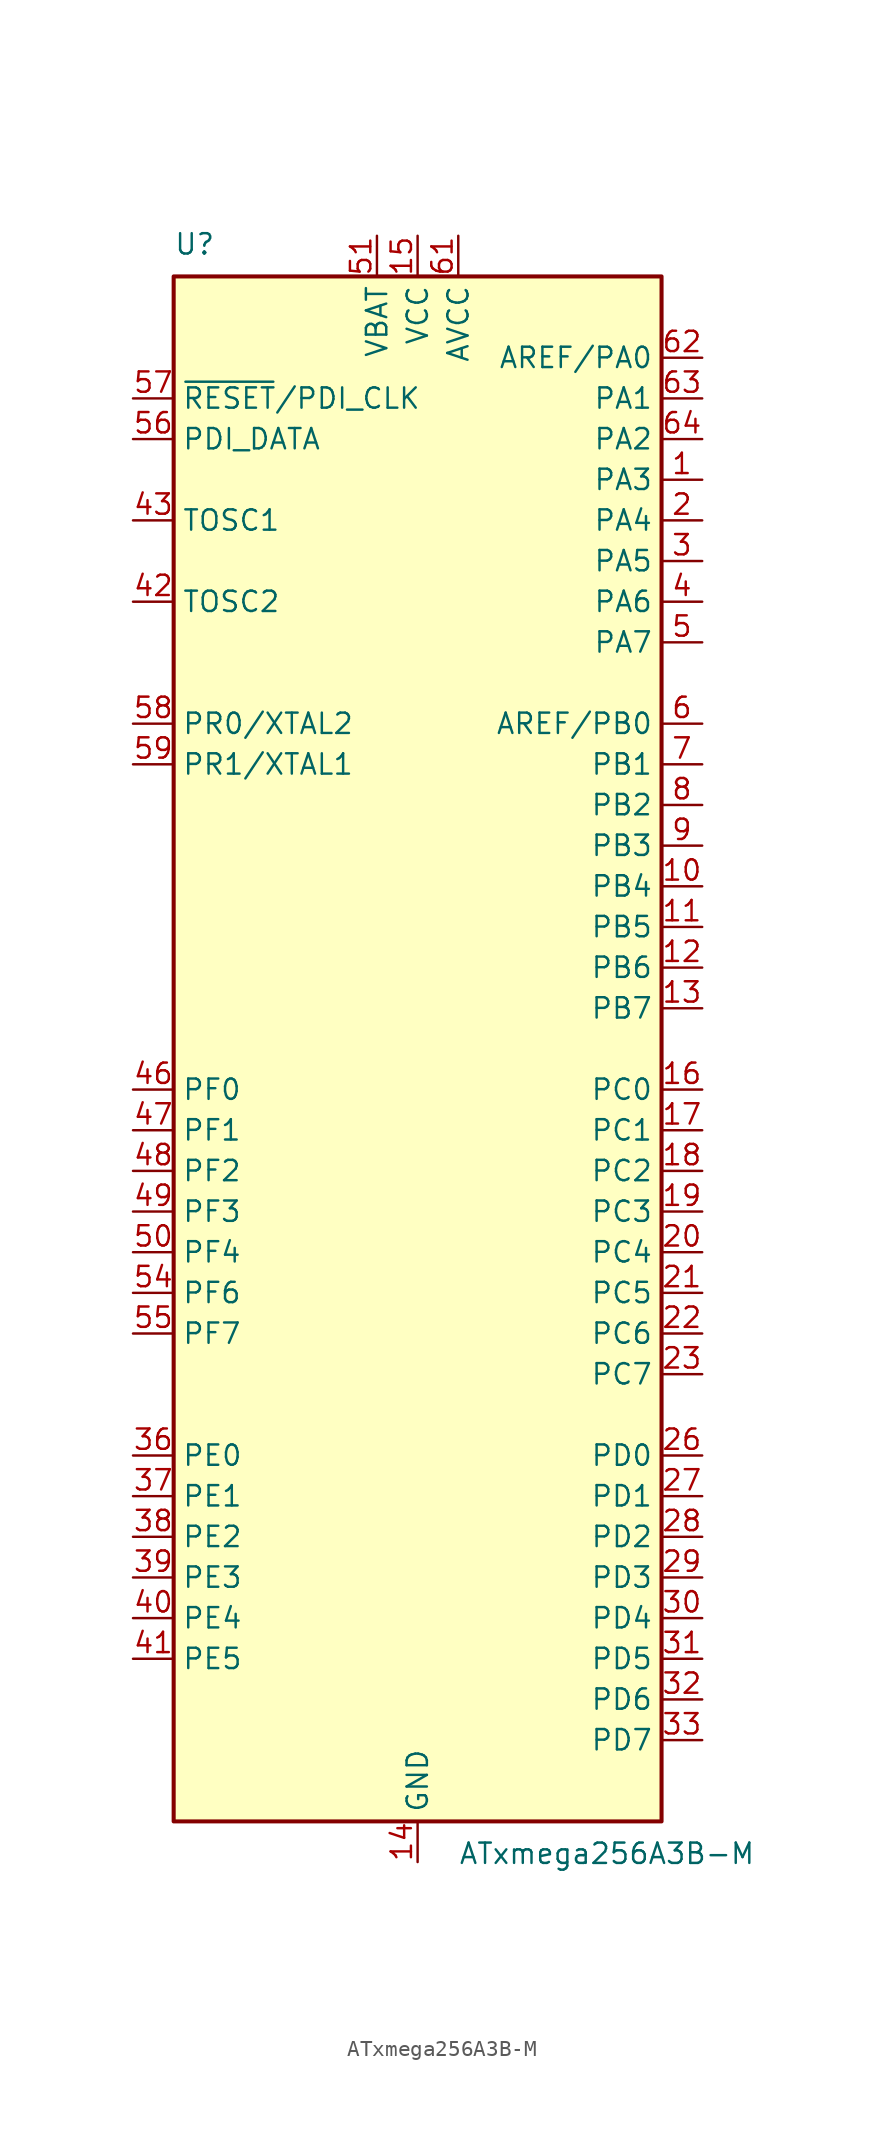
<source format=kicad_sym>
(kicad_symbol_lib
  (version 20201005)
  (generator kicad_symbol_editor)
  (symbol "ATxmega256A3B-M"
    (property "Reference" "U"
      (at -15.24 49.53 0)
      (effects (font (size 1.27 1.27)) (justify left bottom)))
    (property "Value" "ATxmega256A3B-M"
      (at 2.54 -49.53 0)
      (effects (font (size 1.27 1.27)) (justify left top)))
    (symbol "ATxmega256A3B-M_0_1"
      (rectangle (start -15.24 -48.26) (end 15.24 48.26) (stroke (width 0.254)) (fill (type background))))
    (symbol "ATxmega256A3B-M_1_1"
      (pin bidirectional line (at 17.78 35.56 180) (length 2.54) (name "PA3" (effects (font (size 1.27 1.27)))) (number "1" (effects (font (size 1.27 1.27)))))
      (pin bidirectional line (at 17.78 10.16 180) (length 2.54) (name "PB4" (effects (font (size 1.27 1.27)))) (number "10" (effects (font (size 1.27 1.27)))))
      (pin bidirectional line (at 17.78 7.62 180) (length 2.54) (name "PB5" (effects (font (size 1.27 1.27)))) (number "11" (effects (font (size 1.27 1.27)))))
      (pin bidirectional line (at 17.78 5.08 180) (length 2.54) (name "PB6" (effects (font (size 1.27 1.27)))) (number "12" (effects (font (size 1.27 1.27)))))
      (pin bidirectional line (at 17.78 2.54 180) (length 2.54) (name "PB7" (effects (font (size 1.27 1.27)))) (number "13" (effects (font (size 1.27 1.27)))))
      (pin power_in line (at 0 -50.8 90) (length 2.54) (name "GND" (effects (font (size 1.27 1.27)))) (number "14" (effects (font (size 1.27 1.27)))))
      (pin power_in line (at 0 50.8 270) (length 2.54) (name "VCC" (effects (font (size 1.27 1.27)))) (number "15" (effects (font (size 1.27 1.27)))))
      (pin bidirectional line (at 17.78 -2.54 180) (length 2.54) (name "PC0" (effects (font (size 1.27 1.27)))) (number "16" (effects (font (size 1.27 1.27)))))
      (pin bidirectional line (at 17.78 -5.08 180) (length 2.54) (name "PC1" (effects (font (size 1.27 1.27)))) (number "17" (effects (font (size 1.27 1.27)))))
      (pin bidirectional line (at 17.78 -7.62 180) (length 2.54) (name "PC2" (effects (font (size 1.27 1.27)))) (number "18" (effects (font (size 1.27 1.27)))))
      (pin bidirectional line (at 17.78 -10.16 180) (length 2.54) (name "PC3" (effects (font (size 1.27 1.27)))) (number "19" (effects (font (size 1.27 1.27)))))
      (pin bidirectional line (at 17.78 33.02 180) (length 2.54) (name "PA4" (effects (font (size 1.27 1.27)))) (number "2" (effects (font (size 1.27 1.27)))))
      (pin bidirectional line (at 17.78 -12.7 180) (length 2.54) (name "PC4" (effects (font (size 1.27 1.27)))) (number "20" (effects (font (size 1.27 1.27)))))
      (pin bidirectional line (at 17.78 -15.24 180) (length 2.54) (name "PC5" (effects (font (size 1.27 1.27)))) (number "21" (effects (font (size 1.27 1.27)))))
      (pin bidirectional line (at 17.78 -17.78 180) (length 2.54) (name "PC6" (effects (font (size 1.27 1.27)))) (number "22" (effects (font (size 1.27 1.27)))))
      (pin bidirectional line (at 17.78 -20.32 180) (length 2.54) (name "PC7" (effects (font (size 1.27 1.27)))) (number "23" (effects (font (size 1.27 1.27)))))
      (pin passive line (at 0 -50.8 90) (length 2.54) hide (name "GND" (effects (font (size 1.27 1.27)))) (number "24" (effects (font (size 1.27 1.27)))))
      (pin passive line (at 0 50.8 270) (length 2.54) hide (name "VCC" (effects (font (size 1.27 1.27)))) (number "25" (effects (font (size 1.27 1.27)))))
      (pin bidirectional line (at 17.78 -25.4 180) (length 2.54) (name "PD0" (effects (font (size 1.27 1.27)))) (number "26" (effects (font (size 1.27 1.27)))))
      (pin bidirectional line (at 17.78 -27.94 180) (length 2.54) (name "PD1" (effects (font (size 1.27 1.27)))) (number "27" (effects (font (size 1.27 1.27)))))
      (pin bidirectional line (at 17.78 -30.48 180) (length 2.54) (name "PD2" (effects (font (size 1.27 1.27)))) (number "28" (effects (font (size 1.27 1.27)))))
      (pin bidirectional line (at 17.78 -33.02 180) (length 2.54) (name "PD3" (effects (font (size 1.27 1.27)))) (number "29" (effects (font (size 1.27 1.27)))))
      (pin bidirectional line (at 17.78 30.48 180) (length 2.54) (name "PA5" (effects (font (size 1.27 1.27)))) (number "3" (effects (font (size 1.27 1.27)))))
      (pin bidirectional line (at 17.78 -35.56 180) (length 2.54) (name "PD4" (effects (font (size 1.27 1.27)))) (number "30" (effects (font (size 1.27 1.27)))))
      (pin bidirectional line (at 17.78 -38.1 180) (length 2.54) (name "PD5" (effects (font (size 1.27 1.27)))) (number "31" (effects (font (size 1.27 1.27)))))
      (pin bidirectional line (at 17.78 -40.64 180) (length 2.54) (name "PD6" (effects (font (size 1.27 1.27)))) (number "32" (effects (font (size 1.27 1.27)))))
      (pin bidirectional line (at 17.78 -43.18 180) (length 2.54) (name "PD7" (effects (font (size 1.27 1.27)))) (number "33" (effects (font (size 1.27 1.27)))))
      (pin passive line (at 0 -50.8 90) (length 2.54) hide (name "GND" (effects (font (size 1.27 1.27)))) (number "34" (effects (font (size 1.27 1.27)))))
      (pin passive line (at 0 50.8 270) (length 2.54) hide (name "VCC" (effects (font (size 1.27 1.27)))) (number "35" (effects (font (size 1.27 1.27)))))
      (pin bidirectional line (at -17.78 -25.4 0) (length 2.54) (name "PE0" (effects (font (size 1.27 1.27)))) (number "36" (effects (font (size 1.27 1.27)))))
      (pin bidirectional line (at -17.78 -27.94 0) (length 2.54) (name "PE1" (effects (font (size 1.27 1.27)))) (number "37" (effects (font (size 1.27 1.27)))))
      (pin bidirectional line (at -17.78 -30.48 0) (length 2.54) (name "PE2" (effects (font (size 1.27 1.27)))) (number "38" (effects (font (size 1.27 1.27)))))
      (pin bidirectional line (at -17.78 -33.02 0) (length 2.54) (name "PE3" (effects (font (size 1.27 1.27)))) (number "39" (effects (font (size 1.27 1.27)))))
      (pin bidirectional line (at 17.78 27.94 180) (length 2.54) (name "PA6" (effects (font (size 1.27 1.27)))) (number "4" (effects (font (size 1.27 1.27)))))
      (pin bidirectional line (at -17.78 -35.56 0) (length 2.54) (name "PE4" (effects (font (size 1.27 1.27)))) (number "40" (effects (font (size 1.27 1.27)))))
      (pin bidirectional line (at -17.78 -38.1 0) (length 2.54) (name "PE5" (effects (font (size 1.27 1.27)))) (number "41" (effects (font (size 1.27 1.27)))))
      (pin passive line (at -17.78 27.94 0) (length 2.54) (name "TOSC2" (effects (font (size 1.27 1.27)))) (number "42" (effects (font (size 1.27 1.27)))))
      (pin input line (at -17.78 33.02 0) (length 2.54) (name "TOSC1" (effects (font (size 1.27 1.27)))) (number "43" (effects (font (size 1.27 1.27)))))
      (pin passive line (at 0 -50.8 90) (length 2.54) hide (name "GND" (effects (font (size 1.27 1.27)))) (number "44" (effects (font (size 1.27 1.27)))))
      (pin passive line (at 0 50.8 270) (length 2.54) hide (name "VCC" (effects (font (size 1.27 1.27)))) (number "45" (effects (font (size 1.27 1.27)))))
      (pin bidirectional line (at -17.78 -2.54 0) (length 2.54) (name "PF0" (effects (font (size 1.27 1.27)))) (number "46" (effects (font (size 1.27 1.27)))))
      (pin bidirectional line (at -17.78 -5.08 0) (length 2.54) (name "PF1" (effects (font (size 1.27 1.27)))) (number "47" (effects (font (size 1.27 1.27)))))
      (pin bidirectional line (at -17.78 -7.62 0) (length 2.54) (name "PF2" (effects (font (size 1.27 1.27)))) (number "48" (effects (font (size 1.27 1.27)))))
      (pin bidirectional line (at -17.78 -10.16 0) (length 2.54) (name "PF3" (effects (font (size 1.27 1.27)))) (number "49" (effects (font (size 1.27 1.27)))))
      (pin bidirectional line (at 17.78 25.4 180) (length 2.54) (name "PA7" (effects (font (size 1.27 1.27)))) (number "5" (effects (font (size 1.27 1.27)))))
      (pin bidirectional line (at -17.78 -12.7 0) (length 2.54) (name "PF4" (effects (font (size 1.27 1.27)))) (number "50" (effects (font (size 1.27 1.27)))))
      (pin power_in line (at -2.54 50.8 270) (length 2.54) (name "VBAT" (effects (font (size 1.27 1.27)))) (number "51" (effects (font (size 1.27 1.27)))))
      (pin passive line (at 0 -50.8 90) (length 2.54) hide (name "GND" (effects (font (size 1.27 1.27)))) (number "52" (effects (font (size 1.27 1.27)))))
      (pin passive line (at 0 50.8 270) (length 2.54) hide (name "VCC" (effects (font (size 1.27 1.27)))) (number "53" (effects (font (size 1.27 1.27)))))
      (pin bidirectional line (at -17.78 -15.24 0) (length 2.54) (name "PF6" (effects (font (size 1.27 1.27)))) (number "54" (effects (font (size 1.27 1.27)))))
      (pin bidirectional line (at -17.78 -17.78 0) (length 2.54) (name "PF7" (effects (font (size 1.27 1.27)))) (number "55" (effects (font (size 1.27 1.27)))))
      (pin bidirectional line (at -17.78 38.1 0) (length 2.54) (name "PDI_DATA" (effects (font (size 1.27 1.27)))) (number "56" (effects (font (size 1.27 1.27)))))
      (pin input line (at -17.78 40.64 0) (length 2.54) (name "~RESET~/PDI_CLK" (effects (font (size 1.27 1.27)))) (number "57" (effects (font (size 1.27 1.27)))))
      (pin bidirectional line (at -17.78 20.32 0) (length 2.54) (name "PR0/XTAL2" (effects (font (size 1.27 1.27)))) (number "58" (effects (font (size 1.27 1.27)))))
      (pin bidirectional line (at -17.78 17.78 0) (length 2.54) (name "PR1/XTAL1" (effects (font (size 1.27 1.27)))) (number "59" (effects (font (size 1.27 1.27)))))
      (pin bidirectional line (at 17.78 20.32 180) (length 2.54) (name "AREF/PB0" (effects (font (size 1.27 1.27)))) (number "6" (effects (font (size 1.27 1.27)))))
      (pin passive line (at 0 -50.8 90) (length 2.54) hide (name "GND" (effects (font (size 1.27 1.27)))) (number "60" (effects (font (size 1.27 1.27)))))
      (pin power_in line (at 2.54 50.8 270) (length 2.54) (name "AVCC" (effects (font (size 1.27 1.27)))) (number "61" (effects (font (size 1.27 1.27)))))
      (pin bidirectional line (at 17.78 43.18 180) (length 2.54) (name "AREF/PA0" (effects (font (size 1.27 1.27)))) (number "62" (effects (font (size 1.27 1.27)))))
      (pin bidirectional line (at 17.78 40.64 180) (length 2.54) (name "PA1" (effects (font (size 1.27 1.27)))) (number "63" (effects (font (size 1.27 1.27)))))
      (pin bidirectional line (at 17.78 38.1 180) (length 2.54) (name "PA2" (effects (font (size 1.27 1.27)))) (number "64" (effects (font (size 1.27 1.27)))))
      (pin passive line (at 0 -50.8 90) (length 2.54) hide (name "GND" (effects (font (size 1.27 1.27)))) (number "65" (effects (font (size 1.27 1.27)))))
      (pin bidirectional line (at 17.78 17.78 180) (length 2.54) (name "PB1" (effects (font (size 1.27 1.27)))) (number "7" (effects (font (size 1.27 1.27)))))
      (pin bidirectional line (at 17.78 15.24 180) (length 2.54) (name "PB2" (effects (font (size 1.27 1.27)))) (number "8" (effects (font (size 1.27 1.27)))))
      (pin bidirectional line (at 17.78 12.7 180) (length 2.54) (name "PB3" (effects (font (size 1.27 1.27)))) (number "9" (effects (font (size 1.27 1.27))))))))
</source>
